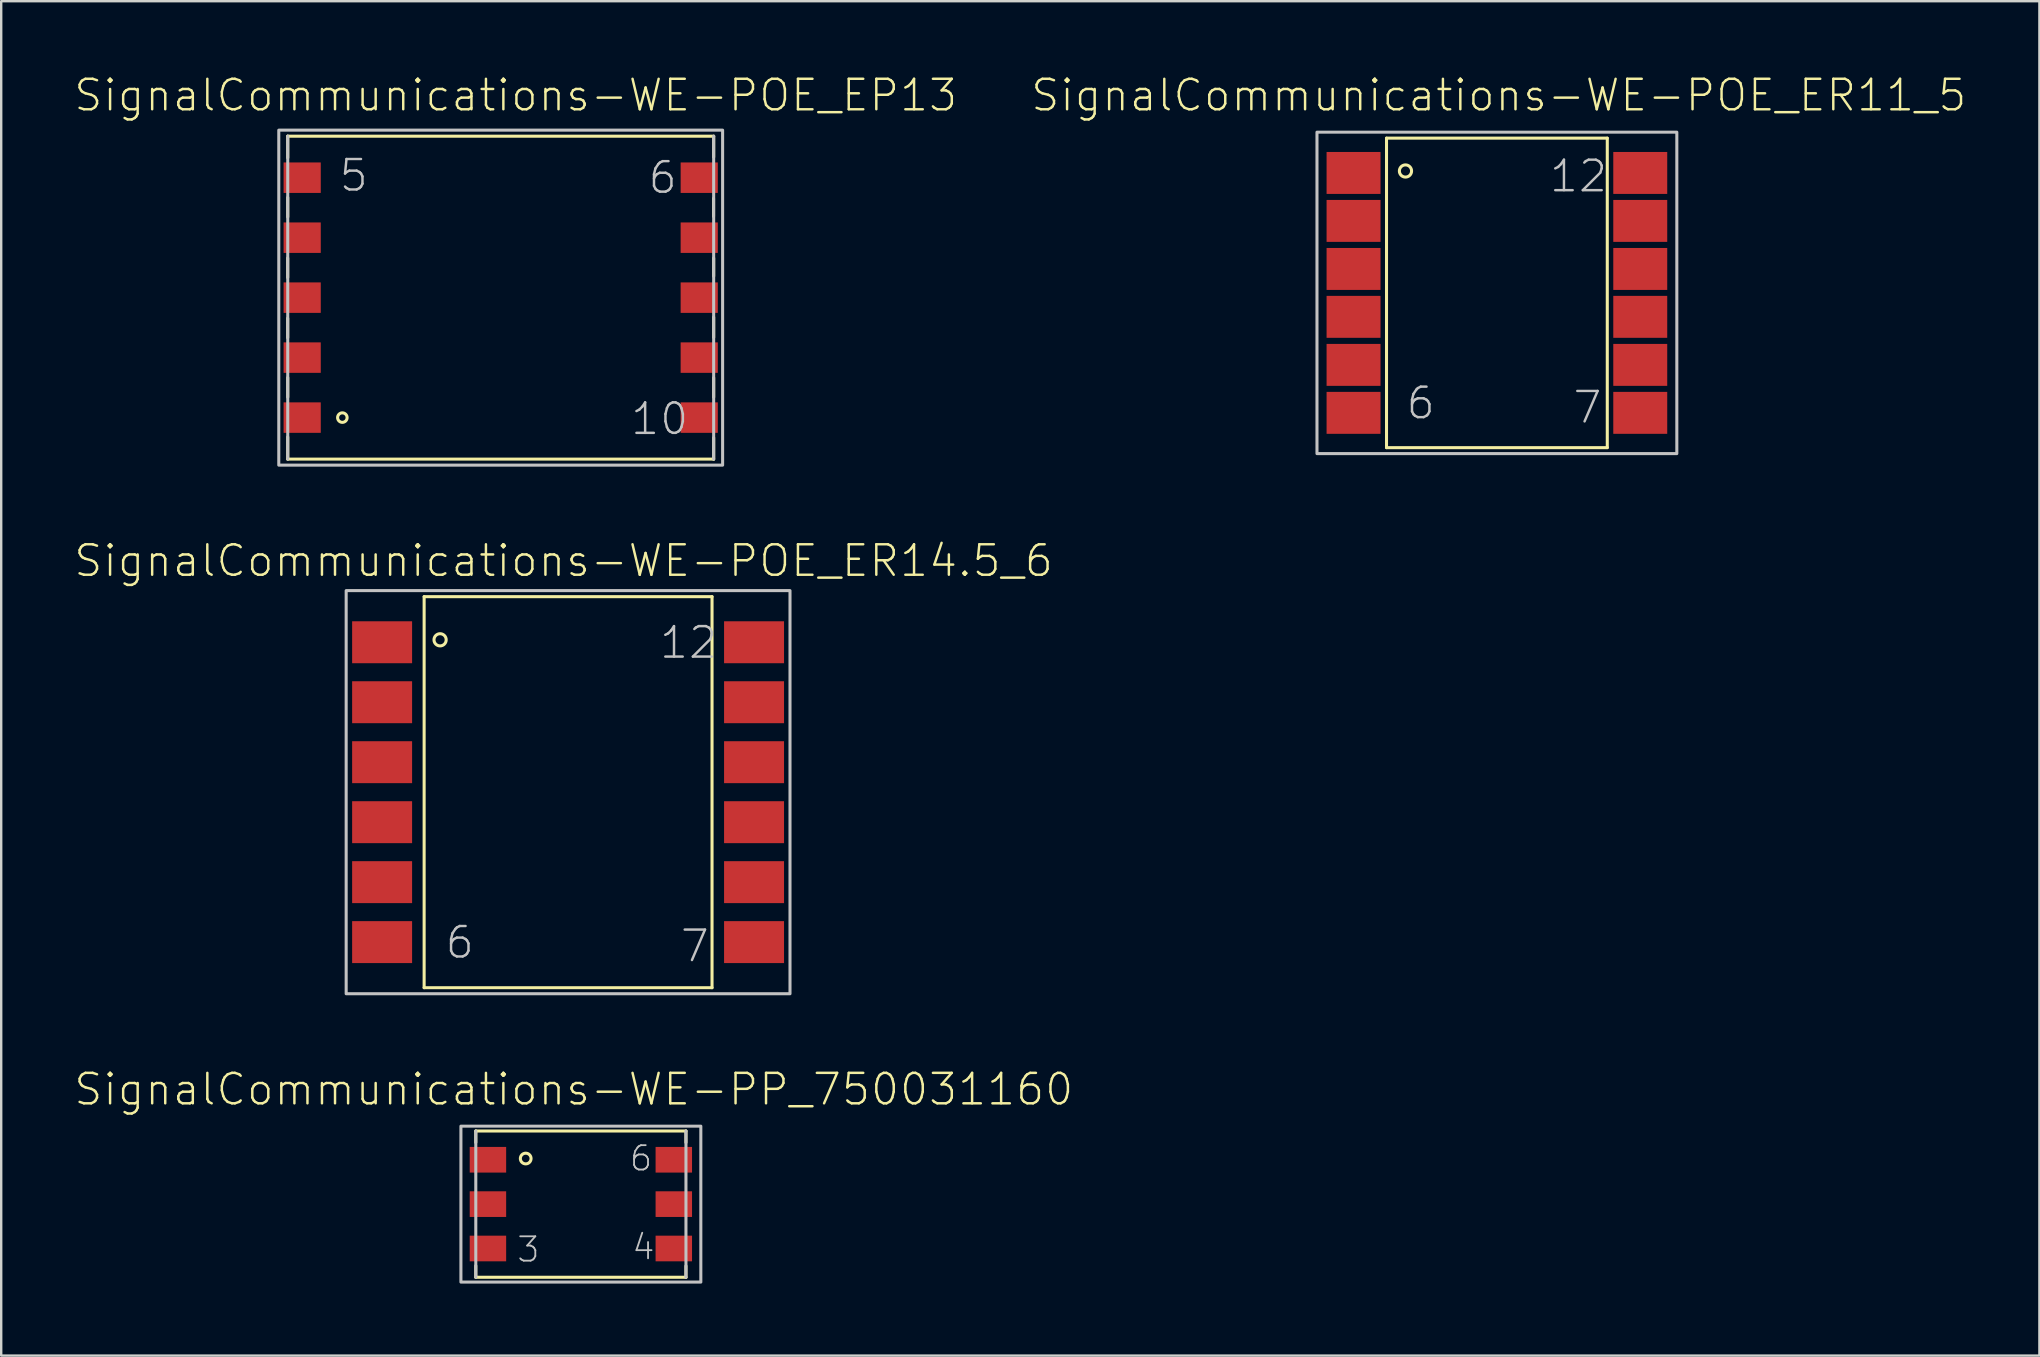
<source format=kicad_pcb>
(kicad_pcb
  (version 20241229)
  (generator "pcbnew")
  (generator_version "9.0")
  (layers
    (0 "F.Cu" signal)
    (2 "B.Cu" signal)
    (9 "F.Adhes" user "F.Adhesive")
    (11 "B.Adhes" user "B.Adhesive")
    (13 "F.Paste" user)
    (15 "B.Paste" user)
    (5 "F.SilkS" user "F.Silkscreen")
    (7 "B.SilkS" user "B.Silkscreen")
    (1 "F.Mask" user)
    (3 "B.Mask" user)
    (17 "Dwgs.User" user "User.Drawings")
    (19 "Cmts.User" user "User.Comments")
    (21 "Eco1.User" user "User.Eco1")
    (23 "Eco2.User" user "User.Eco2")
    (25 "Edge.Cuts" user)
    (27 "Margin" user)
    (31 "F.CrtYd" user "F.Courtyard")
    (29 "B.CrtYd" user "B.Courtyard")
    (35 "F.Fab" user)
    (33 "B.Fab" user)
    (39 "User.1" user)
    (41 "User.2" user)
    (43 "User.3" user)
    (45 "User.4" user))
  (footprint "SignalCommunications-WE-POE_EP13"
    (layer "F.Cu")
    (at 17.816 9.354)
    (property "Reference" "SignalCommunications-WE-POE_EP13" (at 0.625 -8.433 0) (layer "F.SilkS") (effects (font (size 1.27 1.27) (thickness 0.102))))
    (attr smd)
    (fp_line (start -8.877 -1.651) (end -8.877 -0.838) (stroke (width 0.127) (type solid)) (layer "F.SilkS"))
    (fp_line (start -8.877 0.859) (end -8.877 1.671) (stroke (width 0.127) (type solid)) (layer "F.SilkS"))
    (fp_line (start -8.875 -6.728) (end 8.875 -6.728) (stroke (width 0.127) (type solid)) (layer "F.SilkS"))
    (fp_line (start -8.875 -5.827) (end -8.875 -6.731) (stroke (width 0.127) (type solid)) (layer "F.SilkS"))
    (fp_line (start -8.875 -4.173) (end -8.875 -3.36) (stroke (width 0.127) (type solid)) (layer "F.SilkS"))
    (fp_line (start -8.875 3.332) (end -8.875 4.148) (stroke (width 0.127) (type solid)) (layer "F.SilkS"))
    (fp_line (start -8.875 5.809) (end -8.875 6.731) (stroke (width 0.127) (type solid)) (layer "F.SilkS"))
    (fp_line (start -8.875 6.728) (end 8.875 6.728) (stroke (width 0.127) (type solid)) (layer "F.SilkS"))
    (fp_line (start 8.87 -4.135) (end 8.87 -3.386) (stroke (width 0.127) (type solid)) (layer "F.SilkS"))
    (fp_line (start 8.875 -5.857) (end 8.875 -6.728) (stroke (width 0.127) (type solid)) (layer "F.SilkS"))
    (fp_line (start 8.875 -1.648) (end 8.875 -0.894) (stroke (width 0.127) (type solid)) (layer "F.SilkS"))
    (fp_line (start 8.875 0.813) (end 8.875 1.659) (stroke (width 0.127) (type solid)) (layer "F.SilkS"))
    (fp_line (start 8.875 3.338) (end 8.875 4.15) (stroke (width 0.127) (type solid)) (layer "F.SilkS"))
    (fp_line (start 8.875 5.837) (end 8.875 6.734) (stroke (width 0.127) (type solid)) (layer "F.SilkS"))
    (fp_circle (center -6.599 4.999) (end -6.599 4.801) (stroke (width 0.127) (type solid)) (fill no) (layer "F.SilkS"))
    (fp_line (start -8.875 -6.728) (end -8.875 6.728) (stroke (width 0.127) (type solid)) (layer "Dwgs.User"))
    (fp_line (start 8.875 -6.728) (end 8.875 6.728) (stroke (width 0.127) (type solid)) (layer "Dwgs.User"))
    (fp_poly (pts (xy -9.248 -6.98) (xy 9.248 -6.98) (xy 9.248 6.98) (xy -9.248 6.98) (xy -9.248 -6.98)) (stroke (width 0.127) (type solid)) (fill no) (layer "Dwgs.User"))
    (fp_text user "6" (at 6.751 -5.001 0) (layer "Dwgs.User") (effects (font (size 1.27 1.27) (thickness 0.102))))
    (fp_text user "5" (at -6.124 -5.09 0) (layer "Dwgs.User") (effects (font (size 1.27 1.27) (thickness 0.102))))
    (fp_text user "10" (at 6.624 5.052 0) (layer "Dwgs.User") (effects (font (size 1.27 1.27) (thickness 0.102))))
    (pad "1" smd rect (at -8.273 4.999) (size 1.549 1.27) (layers "F.Cu" "F.Mask" "F.Paste"))
    (pad "2" smd rect (at -8.273 2.499) (size 1.549 1.27) (layers "F.Cu" "F.Mask" "F.Paste"))
    (pad "3" smd rect (at -8.273 0) (size 1.549 1.27) (layers "F.Cu" "F.Mask" "F.Paste"))
    (pad "4" smd rect (at -8.273 -2.499) (size 1.549 1.27) (layers "F.Cu" "F.Mask" "F.Paste"))
    (pad "5" smd rect (at -8.273 -4.999) (size 1.549 1.27) (layers "F.Cu" "F.Mask" "F.Paste"))
    (pad "6" smd rect (at 8.273 -4.999) (size 1.549 1.27) (layers "F.Cu" "F.Mask" "F.Paste"))
    (pad "7" smd rect (at 8.273 -2.499) (size 1.549 1.27) (layers "F.Cu" "F.Mask" "F.Paste"))
    (pad "8" smd rect (at 8.273 0) (size 1.549 1.27) (layers "F.Cu" "F.Mask" "F.Paste"))
    (pad "9" smd rect (at 8.273 2.499) (size 1.549 1.27) (layers "F.Cu" "F.Mask" "F.Paste"))
    (pad "10" smd rect (at 8.273 4.999) (size 1.549 1.27) (layers "F.Cu" "F.Mask" "F.Paste")))
  (footprint "SignalCommunications-WE-POE_ER11_5"
    (layer "F.Cu")
    (at 59.331 9.156)
    (property "Reference" "SignalCommunications-WE-POE_ER11_5" (at 0.079 -8.235 0) (layer "F.SilkS") (effects (font (size 1.27 1.27) (thickness 0.102))))
    (attr smd)
    (fp_line (start -4.6 -6.449) (end -4.6 6.449) (stroke (width 0.127) (type solid)) (layer "F.SilkS"))
    (fp_line (start -4.6 6.449) (end 4.6 6.449) (stroke (width 0.127) (type solid)) (layer "F.SilkS"))
    (fp_line (start 4.6 -6.449) (end -4.6 -6.449) (stroke (width 0.127) (type solid)) (layer "F.SilkS"))
    (fp_line (start 4.6 6.449) (end 4.6 -6.449) (stroke (width 0.127) (type solid)) (layer "F.SilkS"))
    (fp_circle (center -3.81 -5.08) (end -3.81 -5.334) (stroke (width 0.127) (type solid)) (fill no) (layer "F.SilkS"))
    (fp_poly (pts (xy -7.498 6.698) (xy -7.498 -6.698) (xy 7.498 -6.698) (xy 7.498 6.698) (xy -7.498 6.698)) (stroke (width 0.127) (type solid)) (fill no) (layer "Dwgs.User"))
    (fp_text user "6" (at -3.175 4.595 0) (layer "Dwgs.User") (effects (font (size 1.27 1.27) (thickness 0.102))))
    (fp_text user "12" (at 3.399 -4.864 0) (layer "Dwgs.User") (effects (font (size 1.27 1.27) (thickness 0.102))))
    (fp_text user "7" (at 3.774 4.773 0) (layer "Dwgs.User") (effects (font (size 1.27 1.27) (thickness 0.102))))
    (pad "1" smd rect (at -5.974 -4.999 90) (size 1.748 2.248) (layers "F.Cu" "F.Mask" "F.Paste"))
    (pad "2" smd rect (at -5.974 -3 90) (size 1.748 2.248) (layers "F.Cu" "F.Mask" "F.Paste"))
    (pad "3" smd rect (at -5.974 -0.998 90) (size 1.748 2.248) (layers "F.Cu" "F.Mask" "F.Paste"))
    (pad "4" smd rect (at -5.974 0.998 90) (size 1.748 2.248) (layers "F.Cu" "F.Mask" "F.Paste"))
    (pad "5" smd rect (at -5.974 3 90) (size 1.748 2.248) (layers "F.Cu" "F.Mask" "F.Paste"))
    (pad "6" smd rect (at -5.974 4.999 90) (size 1.748 2.248) (layers "F.Cu" "F.Mask" "F.Paste"))
    (pad "7" smd rect (at 5.974 4.999 90) (size 1.748 2.248) (layers "F.Cu" "F.Mask" "F.Paste"))
    (pad "8" smd rect (at 5.974 3 90) (size 1.748 2.248) (layers "F.Cu" "F.Mask" "F.Paste"))
    (pad "9" smd rect (at 5.974 0.998 90) (size 1.748 2.248) (layers "F.Cu" "F.Mask" "F.Paste"))
    (pad "10" smd rect (at 5.974 -0.998 90) (size 1.748 2.248) (layers "F.Cu" "F.Mask" "F.Paste"))
    (pad "11" smd rect (at 5.974 -3 90) (size 1.748 2.248) (layers "F.Cu" "F.Mask" "F.Paste"))
    (pad "12" smd rect (at 5.974 -4.999 90) (size 1.748 2.248) (layers "F.Cu" "F.Mask" "F.Paste")))
  (footprint "SignalCommunications-WE-POE_ER14.5_6"
    (layer "F.Cu")
    (at 20.624 29.963)
    (property "Reference" "SignalCommunications-WE-POE_ER14.5_6" (at -0.188 -9.644 0) (layer "F.SilkS") (effects (font (size 1.27 1.27) (thickness 0.102))))
    (attr smd)
    (fp_line (start -5.999 -8.148) (end 5.999 -8.148) (stroke (width 0.127) (type solid)) (layer "F.SilkS"))
    (fp_line (start -5.999 8.148) (end -5.999 -8.148) (stroke (width 0.127) (type solid)) (layer "F.SilkS"))
    (fp_line (start 5.999 -8.148) (end 5.999 8.148) (stroke (width 0.127) (type solid)) (layer "F.SilkS"))
    (fp_line (start 5.999 8.148) (end -5.999 8.148) (stroke (width 0.127) (type solid)) (layer "F.SilkS"))
    (fp_circle (center -5.334 -6.35) (end -5.334 -6.604) (stroke (width 0.127) (type solid)) (fill no) (layer "F.SilkS"))
    (fp_poly (pts (xy -9.248 8.4) (xy -9.248 -8.4) (xy 9.248 -8.4) (xy 9.248 8.4) (xy -9.248 8.4)) (stroke (width 0.127) (type solid)) (fill no) (layer "Dwgs.User"))
    (fp_text user "12" (at 5.019 -6.233 0) (layer "Dwgs.User") (effects (font (size 1.27 1.27) (thickness 0.102))))
    (fp_text user "7" (at 5.283 6.413 0) (layer "Dwgs.User") (effects (font (size 1.27 1.27) (thickness 0.102))))
    (fp_text user "6" (at -4.514 6.264 0) (layer "Dwgs.User") (effects (font (size 1.27 1.27) (thickness 0.102))))
    (pad "1" smd rect (at -7.75 -6.248 90) (size 1.748 2.499) (layers "F.Cu" "F.Mask" "F.Paste"))
    (pad "2" smd rect (at -7.75 -3.749 90) (size 1.748 2.499) (layers "F.Cu" "F.Mask" "F.Paste"))
    (pad "3" smd rect (at -7.75 -1.25 90) (size 1.748 2.499) (layers "F.Cu" "F.Mask" "F.Paste"))
    (pad "4" smd rect (at -7.75 1.25 90) (size 1.748 2.499) (layers "F.Cu" "F.Mask" "F.Paste"))
    (pad "5" smd rect (at -7.75 3.749 90) (size 1.748 2.499) (layers "F.Cu" "F.Mask" "F.Paste"))
    (pad "6" smd rect (at -7.75 6.248 90) (size 1.748 2.499) (layers "F.Cu" "F.Mask" "F.Paste"))
    (pad "7" smd rect (at 7.75 6.248 90) (size 1.748 2.499) (layers "F.Cu" "F.Mask" "F.Paste"))
    (pad "8" smd rect (at 7.75 3.749 90) (size 1.748 2.499) (layers "F.Cu" "F.Mask" "F.Paste"))
    (pad "9" smd rect (at 7.75 1.25 90) (size 1.748 2.499) (layers "F.Cu" "F.Mask" "F.Paste"))
    (pad "10" smd rect (at 7.75 -1.25 90) (size 1.748 2.499) (layers "F.Cu" "F.Mask" "F.Paste"))
    (pad "11" smd rect (at 7.75 -3.749 90) (size 1.748 2.499) (layers "F.Cu" "F.Mask" "F.Paste"))
    (pad "12" smd rect (at 7.75 -6.248 90) (size 1.748 2.499) (layers "F.Cu" "F.Mask" "F.Paste")))
  (footprint "SignalCommunications-WE-PP_750031160"
    (layer "F.Cu")
    (at 21.157 47.13)
    (property "Reference" "SignalCommunications-WE-PP_750031160" (at -0.297 -4.783 0) (layer "F.SilkS") (effects (font (size 1.27 1.27) (thickness 0.102))))
    (attr smd)
    (fp_line (start -4.379 -2.568) (end -4.379 -3.048) (stroke (width 0.127) (type solid)) (layer "F.SilkS"))
    (fp_line (start -4.379 2.568) (end -4.379 3.048) (stroke (width 0.127) (type solid)) (layer "F.SilkS"))
    (fp_line (start -4.379 3.048) (end 4.379 3.048) (stroke (width 0.127) (type solid)) (layer "F.SilkS"))
    (fp_line (start 4.379 -3.048) (end -4.379 -3.048) (stroke (width 0.127) (type solid)) (layer "F.SilkS"))
    (fp_line (start 4.379 -2.568) (end 4.379 -3.048) (stroke (width 0.127) (type solid)) (layer "F.SilkS"))
    (fp_line (start 4.379 2.578) (end 4.379 3.058) (stroke (width 0.127) (type solid)) (layer "F.SilkS"))
    (fp_circle (center -2.299 -1.9) (end -2.299 -2.123) (stroke (width 0.127) (type solid)) (fill no) (layer "F.SilkS"))
    (fp_line (start -4.379 -3.048) (end -4.379 3.048) (stroke (width 0.127) (type solid)) (layer "Dwgs.User"))
    (fp_line (start 4.379 3.048) (end 4.379 -3.048) (stroke (width 0.127) (type solid)) (layer "Dwgs.User"))
    (fp_poly (pts (xy -4.999 -3.249) (xy 4.999 -3.249) (xy 4.999 3.249) (xy -4.999 3.249) (xy -4.999 -3.249)) (stroke (width 0.127) (type solid)) (fill no) (layer "Dwgs.User"))
    (fp_text user "6" (at 2.507 -1.908 0) (layer "Dwgs.User") (effects (font (size 1.016 1.016) (thickness 0.076))))
    (fp_text user "4" (at 2.606 1.791 0) (layer "Dwgs.User") (effects (font (size 1.016 1.016) (thickness 0.076))))
    (fp_text user "3" (at -2.189 1.89 0) (layer "Dwgs.User") (effects (font (size 1.016 1.016) (thickness 0.076))))
    (pad "1" smd rect (at -3.873 -1.849) (size 1.519 1.069) (layers "F.Cu" "F.Mask" "F.Paste"))
    (pad "2" smd rect (at -3.873 0) (size 1.519 1.069) (layers "F.Cu" "F.Mask" "F.Paste"))
    (pad "3" smd rect (at -3.873 1.849) (size 1.519 1.069) (layers "F.Cu" "F.Mask" "F.Paste"))
    (pad "4" smd rect (at 3.873 1.849) (size 1.519 1.069) (layers "F.Cu" "F.Mask" "F.Paste"))
    (pad "5" smd rect (at 3.873 0) (size 1.519 1.069) (layers "F.Cu" "F.Mask" "F.Paste"))
    (pad "6" smd rect (at 3.873 -1.849) (size 1.519 1.069) (layers "F.Cu" "F.Mask" "F.Paste")))
  (gr_rect
    (start -3 -3)
    (end 81.939 53.443)
    (stroke (width 0.1) (type default))
    (fill no)
    (layer "Edge.Cuts")))
</source>
